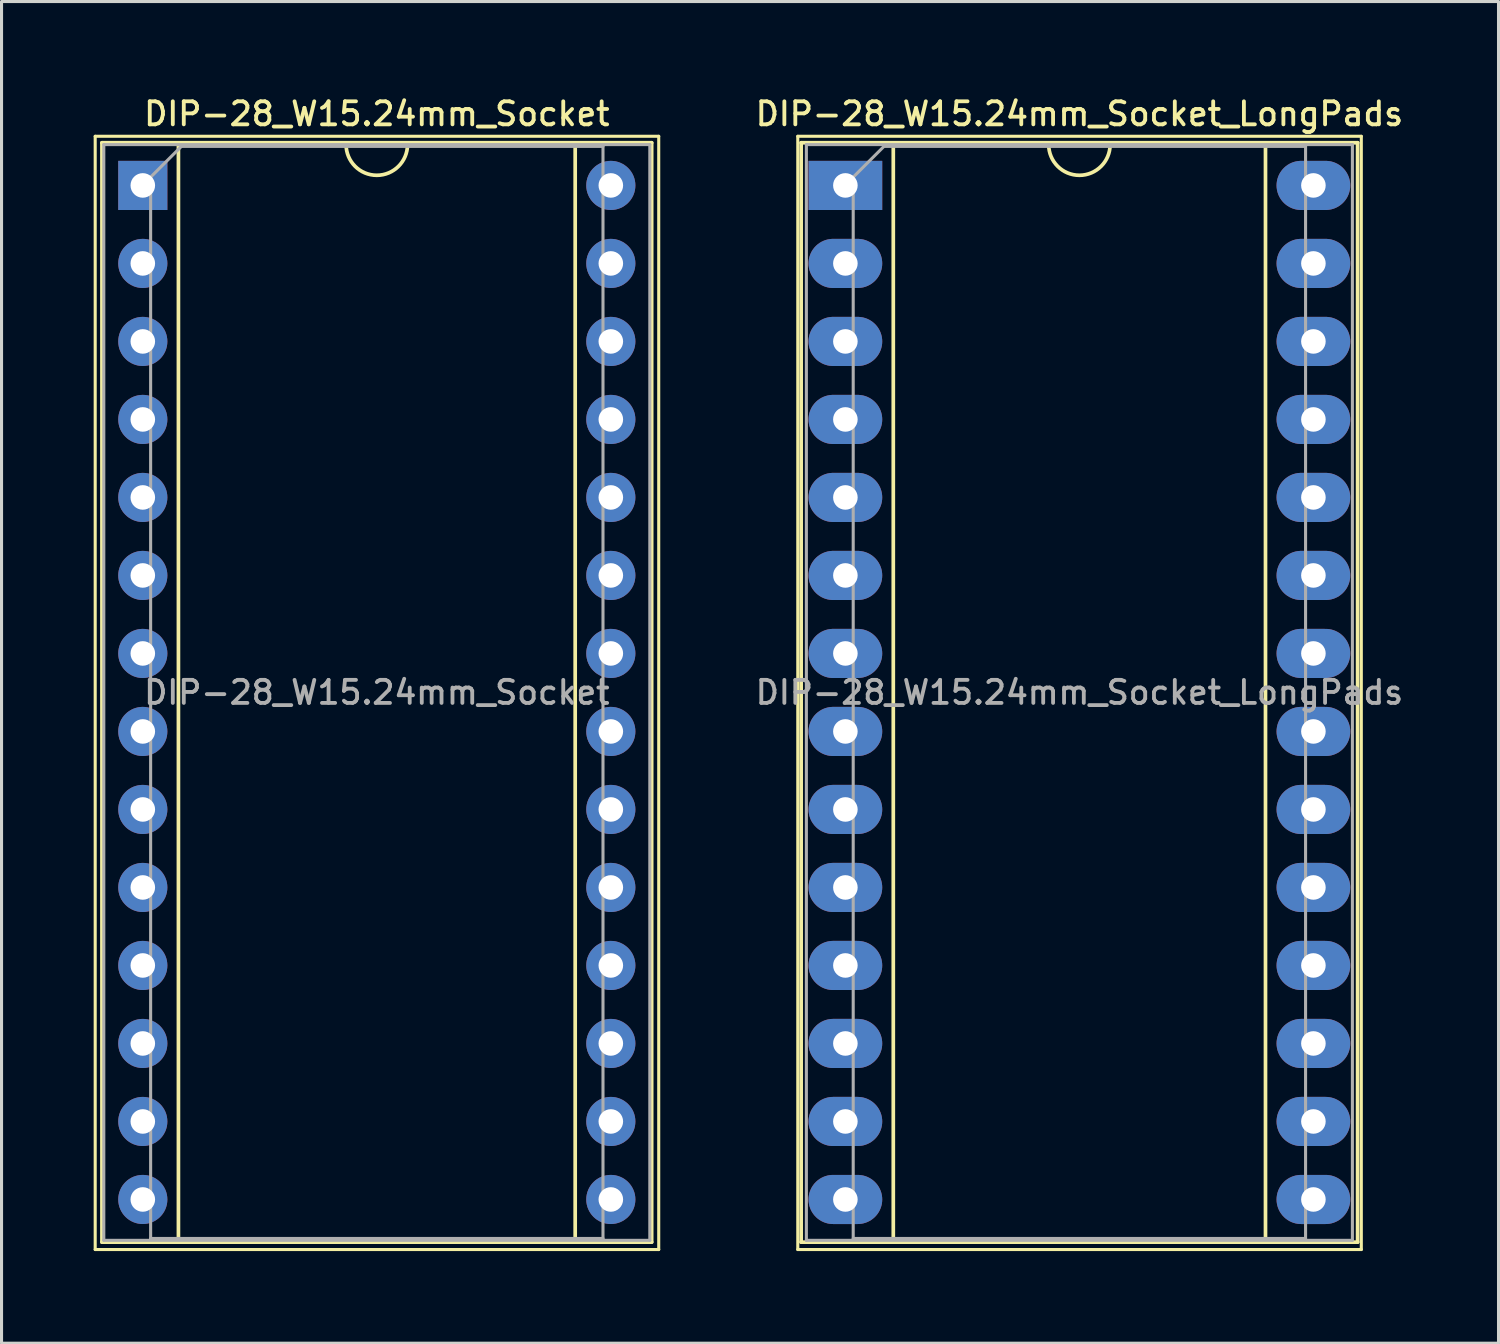
<source format=kicad_pcb>
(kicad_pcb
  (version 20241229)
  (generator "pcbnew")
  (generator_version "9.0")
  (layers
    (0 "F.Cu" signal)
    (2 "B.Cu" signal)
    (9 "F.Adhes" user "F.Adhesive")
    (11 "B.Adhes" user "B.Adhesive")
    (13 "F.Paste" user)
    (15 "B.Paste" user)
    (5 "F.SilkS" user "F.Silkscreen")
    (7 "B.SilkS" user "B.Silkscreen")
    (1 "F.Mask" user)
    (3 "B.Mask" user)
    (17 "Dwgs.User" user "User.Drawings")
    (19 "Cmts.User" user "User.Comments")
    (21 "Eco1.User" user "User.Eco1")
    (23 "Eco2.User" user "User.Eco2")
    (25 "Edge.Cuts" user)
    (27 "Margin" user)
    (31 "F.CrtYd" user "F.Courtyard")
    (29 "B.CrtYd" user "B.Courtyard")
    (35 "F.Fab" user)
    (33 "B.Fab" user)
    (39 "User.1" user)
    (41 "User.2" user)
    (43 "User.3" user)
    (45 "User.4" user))
  (footprint "DIP-28_W15.24mm_Socket_LongPads"
    (layer "F.Cu")
    (at 24.478 2.988)
    (property "Reference" "DIP-28_W15.24mm_Socket_LongPads" (at 7.62 -2.33 0) (layer "F.SilkS") (effects (font (size 0.75 0.75) (thickness 0.125))))
    (attr through_hole)
    (fp_line (start -1.55 -1.6) (end -1.55 34.65) (stroke (width 0.1) (type solid)) (layer "F.SilkS"))
    (fp_line (start -1.55 34.65) (end 16.8 34.65) (stroke (width 0.1) (type solid)) (layer "F.SilkS"))
    (fp_line (start -1.44 -1.39) (end -1.44 34.41) (stroke (width 0.12) (type solid)) (layer "F.SilkS"))
    (fp_line (start -1.44 34.41) (end 16.68 34.41) (stroke (width 0.12) (type solid)) (layer "F.SilkS"))
    (fp_line (start 1.56 -1.33) (end 1.56 34.35) (stroke (width 0.12) (type solid)) (layer "F.SilkS"))
    (fp_line (start 1.56 34.35) (end 13.68 34.35) (stroke (width 0.12) (type solid)) (layer "F.SilkS"))
    (fp_line (start 6.62 -1.33) (end 1.56 -1.33) (stroke (width 0.12) (type solid)) (layer "F.SilkS"))
    (fp_line (start 13.68 -1.33) (end 8.62 -1.33) (stroke (width 0.12) (type solid)) (layer "F.SilkS"))
    (fp_line (start 13.68 34.35) (end 13.68 -1.33) (stroke (width 0.12) (type solid)) (layer "F.SilkS"))
    (fp_line (start 16.68 -1.39) (end -1.44 -1.39) (stroke (width 0.12) (type solid)) (layer "F.SilkS"))
    (fp_line (start 16.68 34.41) (end 16.68 -1.39) (stroke (width 0.12) (type solid)) (layer "F.SilkS"))
    (fp_line (start 16.8 -1.6) (end -1.55 -1.6) (stroke (width 0.1) (type solid)) (layer "F.SilkS"))
    (fp_line (start 16.8 34.65) (end 16.8 -1.6) (stroke (width 0.1) (type solid)) (layer "F.SilkS"))
    (fp_arc (start 8.62 -1.33) (mid 7.62 -0.33) (end 6.62 -1.33) (stroke (width 0.12) (type solid)) (layer "F.SilkS"))
    (fp_line (start -1.27 -1.33) (end -1.27 34.35) (stroke (width 0.1) (type solid)) (layer "F.Fab"))
    (fp_line (start -1.27 34.35) (end 16.51 34.35) (stroke (width 0.1) (type solid)) (layer "F.Fab"))
    (fp_line (start 0.255 -0.27) (end 1.255 -1.27) (stroke (width 0.1) (type solid)) (layer "F.Fab"))
    (fp_line (start 0.255 34.29) (end 0.255 -0.27) (stroke (width 0.1) (type solid)) (layer "F.Fab"))
    (fp_line (start 1.255 -1.27) (end 14.985 -1.27) (stroke (width 0.1) (type solid)) (layer "F.Fab"))
    (fp_line (start 14.985 -1.27) (end 14.985 34.29) (stroke (width 0.1) (type solid)) (layer "F.Fab"))
    (fp_line (start 14.985 34.29) (end 0.255 34.29) (stroke (width 0.1) (type solid)) (layer "F.Fab"))
    (fp_line (start 16.51 -1.33) (end -1.27 -1.33) (stroke (width 0.1) (type solid)) (layer "F.Fab"))
    (fp_line (start 16.51 34.35) (end 16.51 -1.33) (stroke (width 0.1) (type solid)) (layer "F.Fab"))
    (fp_text user "${REFERENCE}" (at 7.62 16.51 0) (layer "F.Fab") (effects (font (size 0.75 0.75) (thickness 0.125))))
    (pad "1" thru_hole rect (at 0 0) (size 2.4 1.6) (drill 0.8) (layers "*.Cu" "*.Mask"))
    (pad "2" thru_hole oval (at 0 2.54) (size 2.4 1.6) (drill 0.8) (layers "*.Cu" "*.Mask"))
    (pad "3" thru_hole oval (at 0 5.08) (size 2.4 1.6) (drill 0.8) (layers "*.Cu" "*.Mask"))
    (pad "4" thru_hole oval (at 0 7.62) (size 2.4 1.6) (drill 0.8) (layers "*.Cu" "*.Mask"))
    (pad "5" thru_hole oval (at 0 10.16) (size 2.4 1.6) (drill 0.8) (layers "*.Cu" "*.Mask"))
    (pad "6" thru_hole oval (at 0 12.7) (size 2.4 1.6) (drill 0.8) (layers "*.Cu" "*.Mask"))
    (pad "7" thru_hole oval (at 0 15.24) (size 2.4 1.6) (drill 0.8) (layers "*.Cu" "*.Mask"))
    (pad "8" thru_hole oval (at 0 17.78) (size 2.4 1.6) (drill 0.8) (layers "*.Cu" "*.Mask"))
    (pad "9" thru_hole oval (at 0 20.32) (size 2.4 1.6) (drill 0.8) (layers "*.Cu" "*.Mask"))
    (pad "10" thru_hole oval (at 0 22.86) (size 2.4 1.6) (drill 0.8) (layers "*.Cu" "*.Mask"))
    (pad "11" thru_hole oval (at 0 25.4) (size 2.4 1.6) (drill 0.8) (layers "*.Cu" "*.Mask"))
    (pad "12" thru_hole oval (at 0 27.94) (size 2.4 1.6) (drill 0.8) (layers "*.Cu" "*.Mask"))
    (pad "13" thru_hole oval (at 0 30.48) (size 2.4 1.6) (drill 0.8) (layers "*.Cu" "*.Mask"))
    (pad "14" thru_hole oval (at 0 33.02) (size 2.4 1.6) (drill 0.8) (layers "*.Cu" "*.Mask"))
    (pad "15" thru_hole oval (at 15.24 33.02) (size 2.4 1.6) (drill 0.8) (layers "*.Cu" "*.Mask"))
    (pad "16" thru_hole oval (at 15.24 30.48) (size 2.4 1.6) (drill 0.8) (layers "*.Cu" "*.Mask"))
    (pad "17" thru_hole oval (at 15.24 27.94) (size 2.4 1.6) (drill 0.8) (layers "*.Cu" "*.Mask"))
    (pad "18" thru_hole oval (at 15.24 25.4) (size 2.4 1.6) (drill 0.8) (layers "*.Cu" "*.Mask"))
    (pad "19" thru_hole oval (at 15.24 22.86) (size 2.4 1.6) (drill 0.8) (layers "*.Cu" "*.Mask"))
    (pad "20" thru_hole oval (at 15.24 20.32) (size 2.4 1.6) (drill 0.8) (layers "*.Cu" "*.Mask"))
    (pad "21" thru_hole oval (at 15.24 17.78) (size 2.4 1.6) (drill 0.8) (layers "*.Cu" "*.Mask"))
    (pad "22" thru_hole oval (at 15.24 15.24) (size 2.4 1.6) (drill 0.8) (layers "*.Cu" "*.Mask"))
    (pad "23" thru_hole oval (at 15.24 12.7) (size 2.4 1.6) (drill 0.8) (layers "*.Cu" "*.Mask"))
    (pad "24" thru_hole oval (at 15.24 10.16) (size 2.4 1.6) (drill 0.8) (layers "*.Cu" "*.Mask"))
    (pad "25" thru_hole oval (at 15.24 7.62) (size 2.4 1.6) (drill 0.8) (layers "*.Cu" "*.Mask"))
    (pad "26" thru_hole oval (at 15.24 5.08) (size 2.4 1.6) (drill 0.8) (layers "*.Cu" "*.Mask"))
    (pad "27" thru_hole oval (at 15.24 2.54) (size 2.4 1.6) (drill 0.8) (layers "*.Cu" "*.Mask"))
    (pad "28" thru_hole oval (at 15.24 0) (size 2.4 1.6) (drill 0.8) (layers "*.Cu" "*.Mask")))
  (footprint "DIP-28_W15.24mm_Socket"
    (layer "F.Cu")
    (at 1.6 2.988)
    (property "Reference" "DIP-28_W15.24mm_Socket" (at 7.62 -2.33 0) (layer "F.SilkS") (effects (font (size 0.75 0.75) (thickness 0.125))))
    (attr through_hole)
    (fp_line (start -1.55 -1.6) (end -1.55 34.65) (stroke (width 0.1) (type solid)) (layer "F.SilkS"))
    (fp_line (start -1.55 34.65) (end 16.8 34.65) (stroke (width 0.1) (type solid)) (layer "F.SilkS"))
    (fp_line (start -1.33 -1.39) (end -1.33 34.41) (stroke (width 0.12) (type solid)) (layer "F.SilkS"))
    (fp_line (start -1.33 34.41) (end 16.57 34.41) (stroke (width 0.12) (type solid)) (layer "F.SilkS"))
    (fp_line (start 1.16 -1.33) (end 1.16 34.35) (stroke (width 0.12) (type solid)) (layer "F.SilkS"))
    (fp_line (start 1.16 34.35) (end 14.08 34.35) (stroke (width 0.12) (type solid)) (layer "F.SilkS"))
    (fp_line (start 6.62 -1.33) (end 1.16 -1.33) (stroke (width 0.12) (type solid)) (layer "F.SilkS"))
    (fp_line (start 14.08 -1.33) (end 8.62 -1.33) (stroke (width 0.12) (type solid)) (layer "F.SilkS"))
    (fp_line (start 14.08 34.35) (end 14.08 -1.33) (stroke (width 0.12) (type solid)) (layer "F.SilkS"))
    (fp_line (start 16.57 -1.39) (end -1.33 -1.39) (stroke (width 0.12) (type solid)) (layer "F.SilkS"))
    (fp_line (start 16.57 34.41) (end 16.57 -1.39) (stroke (width 0.12) (type solid)) (layer "F.SilkS"))
    (fp_line (start 16.8 -1.6) (end -1.55 -1.6) (stroke (width 0.1) (type solid)) (layer "F.SilkS"))
    (fp_line (start 16.8 34.65) (end 16.8 -1.6) (stroke (width 0.1) (type solid)) (layer "F.SilkS"))
    (fp_arc (start 8.62 -1.33) (mid 7.62 -0.33) (end 6.62 -1.33) (stroke (width 0.12) (type solid)) (layer "F.SilkS"))
    (fp_line (start -1.27 -1.33) (end -1.27 34.35) (stroke (width 0.1) (type solid)) (layer "F.Fab"))
    (fp_line (start -1.27 34.35) (end 16.51 34.35) (stroke (width 0.1) (type solid)) (layer "F.Fab"))
    (fp_line (start 0.255 -0.27) (end 1.255 -1.27) (stroke (width 0.1) (type solid)) (layer "F.Fab"))
    (fp_line (start 0.255 34.29) (end 0.255 -0.27) (stroke (width 0.1) (type solid)) (layer "F.Fab"))
    (fp_line (start 1.255 -1.27) (end 14.985 -1.27) (stroke (width 0.1) (type solid)) (layer "F.Fab"))
    (fp_line (start 14.985 -1.27) (end 14.985 34.29) (stroke (width 0.1) (type solid)) (layer "F.Fab"))
    (fp_line (start 14.985 34.29) (end 0.255 34.29) (stroke (width 0.1) (type solid)) (layer "F.Fab"))
    (fp_line (start 16.51 -1.33) (end -1.27 -1.33) (stroke (width 0.1) (type solid)) (layer "F.Fab"))
    (fp_line (start 16.51 34.35) (end 16.51 -1.33) (stroke (width 0.1) (type solid)) (layer "F.Fab"))
    (fp_text user "${REFERENCE}" (at 7.62 16.51 0) (layer "F.Fab") (effects (font (size 0.75 0.75) (thickness 0.125))))
    (pad "1" thru_hole rect (at 0 0) (size 1.6 1.6) (drill 0.8) (layers "*.Cu" "*.Mask"))
    (pad "2" thru_hole oval (at 0 2.54) (size 1.6 1.6) (drill 0.8) (layers "*.Cu" "*.Mask"))
    (pad "3" thru_hole oval (at 0 5.08) (size 1.6 1.6) (drill 0.8) (layers "*.Cu" "*.Mask"))
    (pad "4" thru_hole oval (at 0 7.62) (size 1.6 1.6) (drill 0.8) (layers "*.Cu" "*.Mask"))
    (pad "5" thru_hole oval (at 0 10.16) (size 1.6 1.6) (drill 0.8) (layers "*.Cu" "*.Mask"))
    (pad "6" thru_hole oval (at 0 12.7) (size 1.6 1.6) (drill 0.8) (layers "*.Cu" "*.Mask"))
    (pad "7" thru_hole oval (at 0 15.24) (size 1.6 1.6) (drill 0.8) (layers "*.Cu" "*.Mask"))
    (pad "8" thru_hole oval (at 0 17.78) (size 1.6 1.6) (drill 0.8) (layers "*.Cu" "*.Mask"))
    (pad "9" thru_hole oval (at 0 20.32) (size 1.6 1.6) (drill 0.8) (layers "*.Cu" "*.Mask"))
    (pad "10" thru_hole oval (at 0 22.86) (size 1.6 1.6) (drill 0.8) (layers "*.Cu" "*.Mask"))
    (pad "11" thru_hole oval (at 0 25.4) (size 1.6 1.6) (drill 0.8) (layers "*.Cu" "*.Mask"))
    (pad "12" thru_hole oval (at 0 27.94) (size 1.6 1.6) (drill 0.8) (layers "*.Cu" "*.Mask"))
    (pad "13" thru_hole oval (at 0 30.48) (size 1.6 1.6) (drill 0.8) (layers "*.Cu" "*.Mask"))
    (pad "14" thru_hole oval (at 0 33.02) (size 1.6 1.6) (drill 0.8) (layers "*.Cu" "*.Mask"))
    (pad "15" thru_hole oval (at 15.24 33.02) (size 1.6 1.6) (drill 0.8) (layers "*.Cu" "*.Mask"))
    (pad "16" thru_hole oval (at 15.24 30.48) (size 1.6 1.6) (drill 0.8) (layers "*.Cu" "*.Mask"))
    (pad "17" thru_hole oval (at 15.24 27.94) (size 1.6 1.6) (drill 0.8) (layers "*.Cu" "*.Mask"))
    (pad "18" thru_hole oval (at 15.24 25.4) (size 1.6 1.6) (drill 0.8) (layers "*.Cu" "*.Mask"))
    (pad "19" thru_hole oval (at 15.24 22.86) (size 1.6 1.6) (drill 0.8) (layers "*.Cu" "*.Mask"))
    (pad "20" thru_hole oval (at 15.24 20.32) (size 1.6 1.6) (drill 0.8) (layers "*.Cu" "*.Mask"))
    (pad "21" thru_hole oval (at 15.24 17.78) (size 1.6 1.6) (drill 0.8) (layers "*.Cu" "*.Mask"))
    (pad "22" thru_hole oval (at 15.24 15.24) (size 1.6 1.6) (drill 0.8) (layers "*.Cu" "*.Mask"))
    (pad "23" thru_hole oval (at 15.24 12.7) (size 1.6 1.6) (drill 0.8) (layers "*.Cu" "*.Mask"))
    (pad "24" thru_hole oval (at 15.24 10.16) (size 1.6 1.6) (drill 0.8) (layers "*.Cu" "*.Mask"))
    (pad "25" thru_hole oval (at 15.24 7.62) (size 1.6 1.6) (drill 0.8) (layers "*.Cu" "*.Mask"))
    (pad "26" thru_hole oval (at 15.24 5.08) (size 1.6 1.6) (drill 0.8) (layers "*.Cu" "*.Mask"))
    (pad "27" thru_hole oval (at 15.24 2.54) (size 1.6 1.6) (drill 0.8) (layers "*.Cu" "*.Mask"))
    (pad "28" thru_hole oval (at 15.24 0) (size 1.6 1.6) (drill 0.8) (layers "*.Cu" "*.Mask")))
  (gr_rect
    (start -3 -3)
    (end 45.746 40.688)
    (stroke (width 0.1) (type default))
    (fill no)
    (layer "Edge.Cuts")))
</source>
